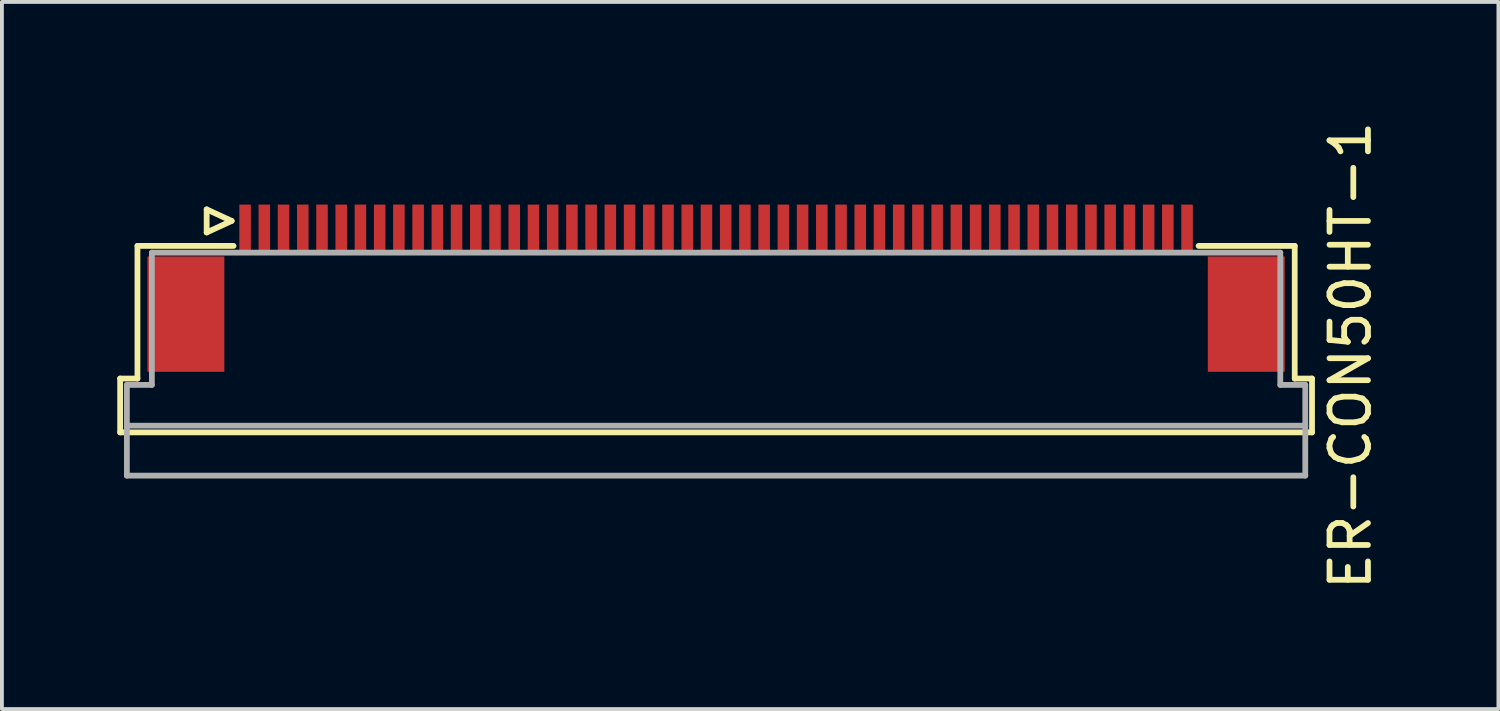
<source format=kicad_pcb>
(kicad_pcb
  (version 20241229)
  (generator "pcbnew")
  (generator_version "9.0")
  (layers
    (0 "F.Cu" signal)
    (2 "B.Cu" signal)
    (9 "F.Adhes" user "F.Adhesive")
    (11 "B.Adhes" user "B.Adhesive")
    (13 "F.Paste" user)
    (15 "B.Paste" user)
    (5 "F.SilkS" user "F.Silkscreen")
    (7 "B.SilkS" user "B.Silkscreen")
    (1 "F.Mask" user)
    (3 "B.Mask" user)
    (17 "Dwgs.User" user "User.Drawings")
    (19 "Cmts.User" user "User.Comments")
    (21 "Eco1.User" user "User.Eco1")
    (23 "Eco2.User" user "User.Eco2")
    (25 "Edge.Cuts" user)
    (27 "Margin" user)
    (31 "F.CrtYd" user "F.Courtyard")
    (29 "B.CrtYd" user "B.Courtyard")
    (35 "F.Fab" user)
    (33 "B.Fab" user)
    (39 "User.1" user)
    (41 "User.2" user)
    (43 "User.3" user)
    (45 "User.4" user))
  (footprint "ER-CON50HT-1"
    (layer "F.Cu")
    (at 15.575 7.696)
    (property "Reference" "ER-CON50HT-1" (at 16.5 -1.5 90) (layer "F.SilkS") (effects (font (size 1 1) (thickness 0.15))))
    (attr through_hole)
    (fp_line (start -15.5 -0.9) (end -15.05 -0.9) (stroke (width 0.15) (type solid)) (layer "F.SilkS"))
    (fp_line (start -15.5 0.5) (end -15.5 -0.9) (stroke (width 0.15) (type solid)) (layer "F.SilkS"))
    (fp_line (start -15.05 -4.35) (end -12.55 -4.35) (stroke (width 0.15) (type solid)) (layer "F.SilkS"))
    (fp_line (start -15.05 -0.9) (end -15.05 -4.35) (stroke (width 0.15) (type solid)) (layer "F.SilkS"))
    (fp_line (start -13.25 -5.3) (end -12.6 -5) (stroke (width 0.15) (type solid)) (layer "F.SilkS"))
    (fp_line (start -13.25 -4.7) (end -13.25 -5.3) (stroke (width 0.15) (type solid)) (layer "F.SilkS"))
    (fp_line (start -12.6 -5) (end -13.25 -4.7) (stroke (width 0.15) (type solid)) (layer "F.SilkS"))
    (fp_line (start 12.55 -4.35) (end 15.05 -4.35) (stroke (width 0.15) (type solid)) (layer "F.SilkS"))
    (fp_line (start 15.05 -4.35) (end 15.05 -0.9) (stroke (width 0.15) (type solid)) (layer "F.SilkS"))
    (fp_line (start 15.05 -0.9) (end 15.5 -0.9) (stroke (width 0.15) (type solid)) (layer "F.SilkS"))
    (fp_line (start 15.5 -0.9) (end 15.5 0.5) (stroke (width 0.15) (type solid)) (layer "F.SilkS"))
    (fp_line (start 15.5 0.5) (end -15.5 0.5) (stroke (width 0.15) (type solid)) (layer "F.SilkS"))
    (fp_line (start -15.325 -0.735) (end -15.325 1.625) (stroke (width 0.15) (type solid)) (layer "F.Fab"))
    (fp_line (start -14.675 -4.175) (end -14.675 -0.735) (stroke (width 0.15) (type solid)) (layer "F.Fab"))
    (fp_line (start -14.675 -0.735) (end -15.325 -0.735) (stroke (width 0.15) (type solid)) (layer "F.Fab"))
    (fp_line (start 14.675 -4.175) (end -14.675 -4.175) (stroke (width 0.15) (type solid)) (layer "F.Fab"))
    (fp_line (start 14.675 -4.175) (end 14.675 -0.735) (stroke (width 0.15) (type solid)) (layer "F.Fab"))
    (fp_line (start 14.675 -0.735) (end 15.325 -0.735) (stroke (width 0.15) (type solid)) (layer "F.Fab"))
    (fp_line (start 15.325 -0.735) (end 15.325 1.625) (stroke (width 0.15) (type solid)) (layer "F.Fab"))
    (fp_line (start 15.325 0.325) (end -15.325 0.325) (stroke (width 0.15) (type solid)) (layer "F.Fab"))
    (fp_line (start 15.325 1.625) (end -15.325 1.625) (stroke (width 0.15) (type solid)) (layer "F.Fab"))
    (pad "" smd rect (at -13.79 -2.575) (size 2 3) (layers "F.Cu" "F.Mask" "F.Paste"))
    (pad "" smd rect (at 13.79 -2.575) (size 2 3) (layers "F.Cu" "F.Mask" "F.Paste"))
    (pad "1" smd rect (at -12.25 -4.8 180) (size 0.3 1.25) (layers "F.Cu" "F.Mask" "F.Paste"))
    (pad "2" smd rect (at -11.75 -4.8 180) (size 0.3 1.25) (layers "F.Cu" "F.Mask" "F.Paste"))
    (pad "3" smd rect (at -11.25 -4.8 180) (size 0.3 1.25) (layers "F.Cu" "F.Mask" "F.Paste"))
    (pad "4" smd rect (at -10.75 -4.8 180) (size 0.3 1.25) (layers "F.Cu" "F.Mask" "F.Paste"))
    (pad "5" smd rect (at -10.25 -4.8 180) (size 0.3 1.25) (layers "F.Cu" "F.Mask" "F.Paste"))
    (pad "6" smd rect (at -9.75 -4.8 180) (size 0.3 1.25) (layers "F.Cu" "F.Mask" "F.Paste"))
    (pad "7" smd rect (at -9.25 -4.8 180) (size 0.3 1.25) (layers "F.Cu" "F.Mask" "F.Paste"))
    (pad "8" smd rect (at -8.75 -4.8 180) (size 0.3 1.25) (layers "F.Cu" "F.Mask" "F.Paste"))
    (pad "9" smd rect (at -8.25 -4.8 180) (size 0.3 1.25) (layers "F.Cu" "F.Mask" "F.Paste"))
    (pad "10" smd rect (at -7.75 -4.8 180) (size 0.3 1.25) (layers "F.Cu" "F.Mask" "F.Paste"))
    (pad "11" smd rect (at -7.25 -4.8 180) (size 0.3 1.25) (layers "F.Cu" "F.Mask" "F.Paste"))
    (pad "12" smd rect (at -6.75 -4.8 180) (size 0.3 1.25) (layers "F.Cu" "F.Mask" "F.Paste"))
    (pad "13" smd rect (at -6.25 -4.8 180) (size 0.3 1.25) (layers "F.Cu" "F.Mask" "F.Paste"))
    (pad "14" smd rect (at -5.75 -4.8 180) (size 0.3 1.25) (layers "F.Cu" "F.Mask" "F.Paste"))
    (pad "15" smd rect (at -5.25 -4.8 180) (size 0.3 1.25) (layers "F.Cu" "F.Mask" "F.Paste"))
    (pad "16" smd rect (at -4.75 -4.8 180) (size 0.3 1.25) (layers "F.Cu" "F.Mask" "F.Paste"))
    (pad "17" smd rect (at -4.25 -4.8 180) (size 0.3 1.25) (layers "F.Cu" "F.Mask" "F.Paste"))
    (pad "18" smd rect (at -3.75 -4.8 180) (size 0.3 1.25) (layers "F.Cu" "F.Mask" "F.Paste"))
    (pad "19" smd rect (at -3.25 -4.8 180) (size 0.3 1.25) (layers "F.Cu" "F.Mask" "F.Paste"))
    (pad "20" smd rect (at -2.75 -4.8 180) (size 0.3 1.25) (layers "F.Cu" "F.Mask" "F.Paste"))
    (pad "21" smd rect (at -2.25 -4.8 180) (size 0.3 1.25) (layers "F.Cu" "F.Mask" "F.Paste"))
    (pad "22" smd rect (at -1.75 -4.8 180) (size 0.3 1.25) (layers "F.Cu" "F.Mask" "F.Paste"))
    (pad "23" smd rect (at -1.25 -4.8 180) (size 0.3 1.25) (layers "F.Cu" "F.Mask" "F.Paste"))
    (pad "24" smd rect (at -0.75 -4.8 180) (size 0.3 1.25) (layers "F.Cu" "F.Mask" "F.Paste"))
    (pad "25" smd rect (at -0.25 -4.8 180) (size 0.3 1.25) (layers "F.Cu" "F.Mask" "F.Paste"))
    (pad "26" smd rect (at 0.25 -4.8 180) (size 0.3 1.25) (layers "F.Cu" "F.Mask" "F.Paste"))
    (pad "27" smd rect (at 0.75 -4.8 180) (size 0.3 1.25) (layers "F.Cu" "F.Mask" "F.Paste"))
    (pad "28" smd rect (at 1.25 -4.8 180) (size 0.3 1.25) (layers "F.Cu" "F.Mask" "F.Paste"))
    (pad "29" smd rect (at 1.75 -4.8 180) (size 0.3 1.25) (layers "F.Cu" "F.Mask" "F.Paste"))
    (pad "30" smd rect (at 2.25 -4.8 180) (size 0.3 1.25) (layers "F.Cu" "F.Mask" "F.Paste"))
    (pad "31" smd rect (at 2.75 -4.8 180) (size 0.3 1.25) (layers "F.Cu" "F.Mask" "F.Paste"))
    (pad "32" smd rect (at 3.25 -4.8 180) (size 0.3 1.25) (layers "F.Cu" "F.Mask" "F.Paste"))
    (pad "33" smd rect (at 3.75 -4.8 180) (size 0.3 1.25) (layers "F.Cu" "F.Mask" "F.Paste"))
    (pad "34" smd rect (at 4.25 -4.8 180) (size 0.3 1.25) (layers "F.Cu" "F.Mask" "F.Paste"))
    (pad "35" smd rect (at 4.75 -4.8 180) (size 0.3 1.25) (layers "F.Cu" "F.Mask" "F.Paste"))
    (pad "36" smd rect (at 5.25 -4.8 180) (size 0.3 1.25) (layers "F.Cu" "F.Mask" "F.Paste"))
    (pad "37" smd rect (at 5.75 -4.8 180) (size 0.3 1.25) (layers "F.Cu" "F.Mask" "F.Paste"))
    (pad "38" smd rect (at 6.25 -4.8 180) (size 0.3 1.25) (layers "F.Cu" "F.Mask" "F.Paste"))
    (pad "39" smd rect (at 6.75 -4.8 180) (size 0.3 1.25) (layers "F.Cu" "F.Mask" "F.Paste"))
    (pad "40" smd rect (at 7.25 -4.8 180) (size 0.3 1.25) (layers "F.Cu" "F.Mask" "F.Paste"))
    (pad "41" smd rect (at 7.75 -4.8 180) (size 0.3 1.25) (layers "F.Cu" "F.Mask" "F.Paste"))
    (pad "42" smd rect (at 8.25 -4.8 180) (size 0.3 1.25) (layers "F.Cu" "F.Mask" "F.Paste"))
    (pad "43" smd rect (at 8.75 -4.8 180) (size 0.3 1.25) (layers "F.Cu" "F.Mask" "F.Paste"))
    (pad "44" smd rect (at 9.25 -4.8 180) (size 0.3 1.25) (layers "F.Cu" "F.Mask" "F.Paste"))
    (pad "45" smd rect (at 9.75 -4.8 180) (size 0.3 1.25) (layers "F.Cu" "F.Mask" "F.Paste"))
    (pad "46" smd rect (at 10.25 -4.8 180) (size 0.3 1.25) (layers "F.Cu" "F.Mask" "F.Paste"))
    (pad "47" smd rect (at 10.75 -4.8 180) (size 0.3 1.25) (layers "F.Cu" "F.Mask" "F.Paste"))
    (pad "48" smd rect (at 11.25 -4.8 180) (size 0.3 1.25) (layers "F.Cu" "F.Mask" "F.Paste"))
    (pad "49" smd rect (at 11.75 -4.8 180) (size 0.3 1.25) (layers "F.Cu" "F.Mask" "F.Paste"))
    (pad "50" smd rect (at 12.25 -4.8 180) (size 0.3 1.25) (layers "F.Cu" "F.Mask" "F.Paste")))
  (gr_rect
    (start -3 -3)
    (end 35.923 15.393)
    (stroke (width 0.1) (type default))
    (fill no)
    (layer "Edge.Cuts")))
</source>
